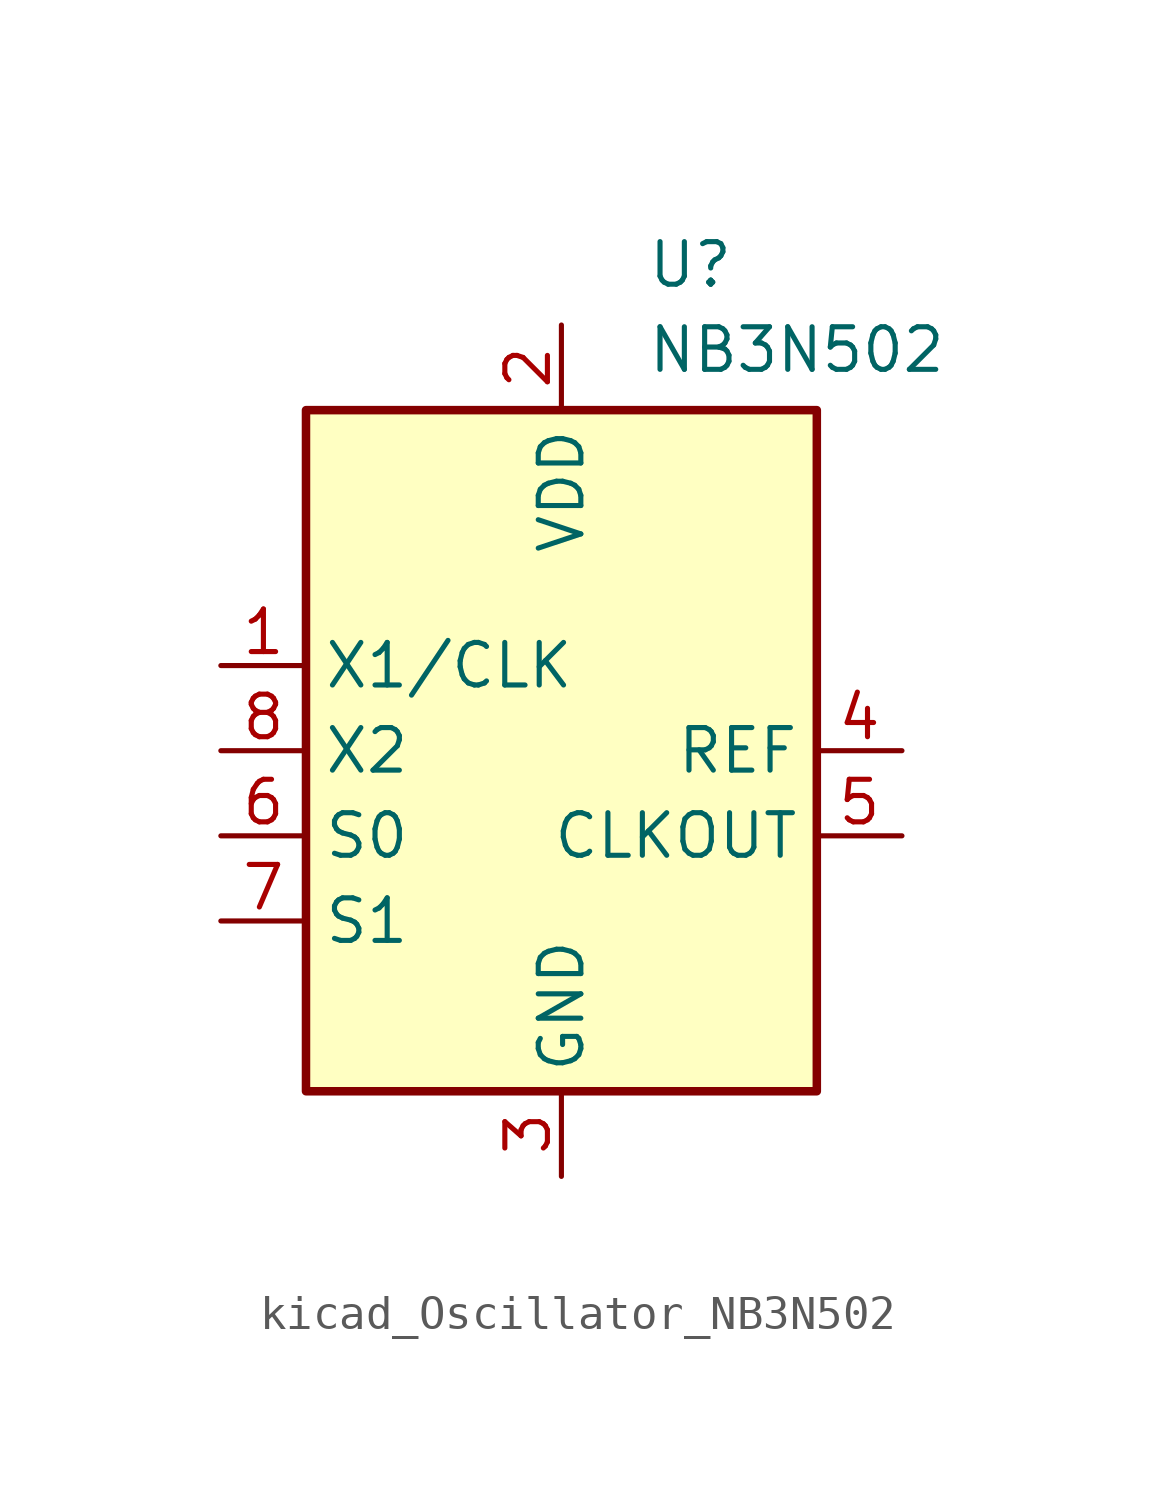
<source format=kicad_sym>
(kicad_symbol_lib
  (version 20220914)
  (generator kicad_symbol_editor)
  (symbol "kicad_Oscillator_NB3N502"
    (property "Reference" "U"
      (at 2.54 15.24 0)
      (effects (font (size 1.27 1.27)) (justify left top)))
    (property "Value" "NB3N502"
      (at 2.54 12.7 0)
      (effects (font (size 1.27 1.27)) (justify left top)))
    (symbol "kicad_Oscillator_NB3N502_0_1"
      (rectangle (start -7.62 10.16) (end 7.62 -10.16) (stroke (width 0.254) (type default)) (fill (type background))))
    (symbol "kicad_Oscillator_NB3N502_1_1"
      (pin input line (at -10.16 2.54 0) (length 2.54) (name "X1/CLK" (effects (font (size 1.27 1.27)))) (number "1" (effects (font (size 1.27 1.27)))))
      (pin power_in line (at 0 12.7 270) (length 2.54) (name "VDD" (effects (font (size 1.27 1.27)))) (number "2" (effects (font (size 1.27 1.27)))))
      (pin power_in line (at 0 -12.7 90) (length 2.54) (name "GND" (effects (font (size 1.27 1.27)))) (number "3" (effects (font (size 1.27 1.27)))))
      (pin output line (at 10.16 0 180) (length 2.54) (name "REF" (effects (font (size 1.27 1.27)))) (number "4" (effects (font (size 1.27 1.27)))))
      (pin output line (at 10.16 -2.54 180) (length 2.54) (name "CLKOUT" (effects (font (size 1.27 1.27)))) (number "5" (effects (font (size 1.27 1.27)))))
      (pin input line (at -10.16 -2.54 0) (length 2.54) (name "S0" (effects (font (size 1.27 1.27)))) (number "6" (effects (font (size 1.27 1.27)))))
      (pin input line (at -10.16 -5.08 0) (length 2.54) (name "S1" (effects (font (size 1.27 1.27)))) (number "7" (effects (font (size 1.27 1.27)))))
      (pin output line (at -10.16 0 0) (length 2.54) (name "X2" (effects (font (size 1.27 1.27)))) (number "8" (effects (font (size 1.27 1.27))))))))
</source>
